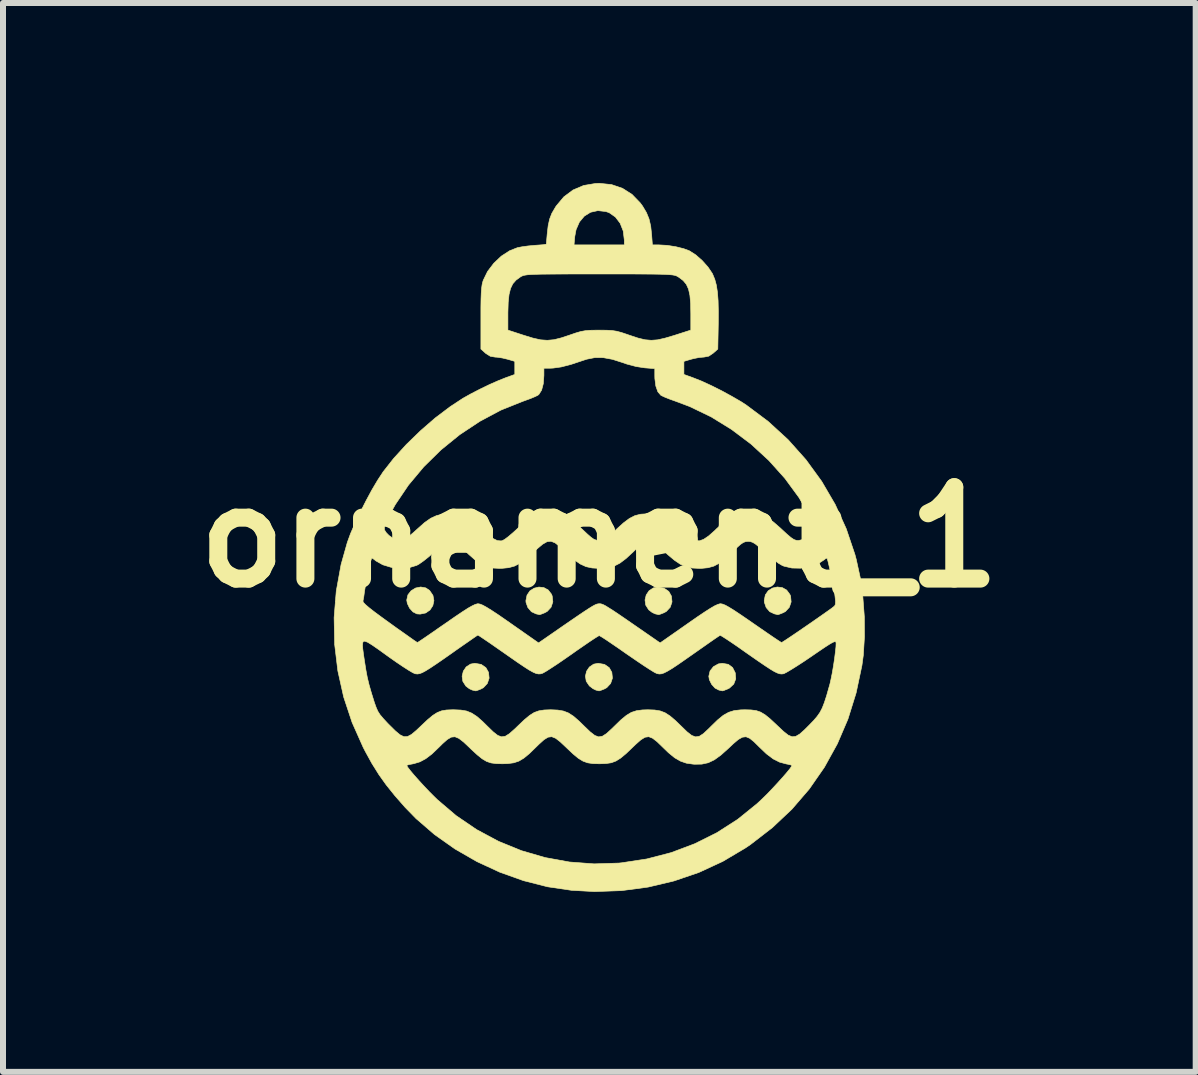
<source format=kicad_pcb>
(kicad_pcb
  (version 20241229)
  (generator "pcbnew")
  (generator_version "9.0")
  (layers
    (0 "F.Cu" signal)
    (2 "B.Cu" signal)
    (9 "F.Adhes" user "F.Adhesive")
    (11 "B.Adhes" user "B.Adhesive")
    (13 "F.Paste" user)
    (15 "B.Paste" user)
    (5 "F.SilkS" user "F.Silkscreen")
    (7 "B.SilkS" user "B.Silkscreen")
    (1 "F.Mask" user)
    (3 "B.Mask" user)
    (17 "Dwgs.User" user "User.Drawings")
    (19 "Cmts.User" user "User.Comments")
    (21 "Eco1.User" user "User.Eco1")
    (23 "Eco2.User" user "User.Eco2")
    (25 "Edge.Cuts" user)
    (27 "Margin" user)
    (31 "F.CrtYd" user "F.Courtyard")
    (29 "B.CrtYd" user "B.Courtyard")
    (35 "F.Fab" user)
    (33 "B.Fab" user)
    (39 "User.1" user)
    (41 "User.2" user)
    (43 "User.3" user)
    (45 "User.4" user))
  (footprint "ornament_1"
    (layer "F.Cu")
    (at 6.938 5.903)
    (property "Reference" "ornament_1" (at 0 0 0) (layer "F.SilkS") (effects (font (size 1.524 1.524) (thickness 0.3))))
    (attr through_hole)
    (fp_poly (pts (xy -2.893 0.844) (xy -2.829 0.887) (xy -2.773 0.969) (xy -2.757 1.057) (xy -2.775 1.14) (xy -2.822 1.212) (xy -2.894 1.262) (xy -2.986 1.281) (xy -3.041 1.277) (xy -3.106 1.244) (xy -3.163 1.181) (xy -3.2 1.103) (xy -3.21 1.047) (xy -3.19 0.96) (xy -3.137 0.892) (xy -3.062 0.846) (xy -2.977 0.829) (xy -2.893 0.844)) (stroke (width 0.01) (type solid)) (fill yes) (layer "F.SilkS"))
    (fp_poly (pts (xy 2.149 2.118) (xy 2.22 2.171) (xy 2.265 2.26) (xy 2.273 2.36) (xy 2.24 2.447) (xy 2.169 2.513) (xy 2.135 2.53) (xy 2.082 2.551) (xy 2.052 2.56) (xy 2.05 2.56) (xy 2.025 2.554) (xy 1.992 2.547) (xy 1.928 2.514) (xy 1.871 2.451) (xy 1.833 2.373) (xy 1.824 2.317) (xy 1.845 2.228) (xy 1.902 2.156) (xy 1.983 2.111) (xy 2.048 2.101) (xy 2.149 2.118)) (stroke (width 0.01) (type solid)) (fill yes) (layer "F.SilkS"))
    (fp_poly (pts (xy -1.969 2.119) (xy -1.891 2.173) (xy -1.847 2.251) (xy -1.837 2.348) (xy -1.867 2.437) (xy -1.932 2.507) (xy -1.973 2.529) (xy -2.026 2.55) (xy -2.058 2.56) (xy -2.06 2.56) (xy -2.085 2.554) (xy -2.117 2.547) (xy -2.167 2.524) (xy -2.222 2.482) (xy -2.226 2.478) (xy -2.275 2.401) (xy -2.287 2.316) (xy -2.267 2.232) (xy -2.219 2.161) (xy -2.147 2.114) (xy -2.075 2.101) (xy -1.969 2.119)) (stroke (width 0.01) (type solid)) (fill yes) (layer "F.SilkS"))
    (fp_poly (pts (xy -0.925 0.839) (xy -0.852 0.879) (xy -0.798 0.949) (xy -0.786 0.979) (xy -0.775 1.077) (xy -0.805 1.167) (xy -0.869 1.236) (xy -0.911 1.259) (xy -0.964 1.28) (xy -0.995 1.29) (xy -0.998 1.29) (xy -1.023 1.284) (xy -1.055 1.277) (xy -1.132 1.241) (xy -1.191 1.172) (xy -1.222 1.086) (xy -1.224 1.057) (xy -1.205 0.964) (xy -1.157 0.894) (xy -1.087 0.849) (xy -1.007 0.83) (xy -0.925 0.839)) (stroke (width 0.01) (type solid)) (fill yes) (layer "F.SilkS"))
    (fp_poly (pts (xy 0.086 2.119) (xy 0.164 2.173) (xy 0.208 2.251) (xy 0.218 2.348) (xy 0.188 2.437) (xy 0.123 2.507) (xy 0.082 2.529) (xy 0.029 2.55) (xy -0.003 2.56) (xy -0.005 2.56) (xy -0.03 2.554) (xy -0.058 2.547) (xy -0.105 2.524) (xy -0.16 2.482) (xy -0.167 2.476) (xy -0.218 2.401) (xy -0.232 2.316) (xy -0.213 2.233) (xy -0.166 2.163) (xy -0.095 2.115) (xy -0.02 2.101) (xy 0.086 2.119)) (stroke (width 0.01) (type solid)) (fill yes) (layer "F.SilkS"))
    (fp_poly (pts (xy 1.079 0.849) (xy 1.157 0.903) (xy 1.201 0.981) (xy 1.211 1.078) (xy 1.181 1.167) (xy 1.116 1.237) (xy 1.075 1.259) (xy 1.022 1.28) (xy 0.99 1.29) (xy 0.988 1.29) (xy 0.963 1.284) (xy 0.931 1.277) (xy 0.881 1.254) (xy 0.826 1.212) (xy 0.822 1.208) (xy 0.773 1.131) (xy 0.761 1.046) (xy 0.781 0.962) (xy 0.829 0.891) (xy 0.901 0.844) (xy 0.973 0.831) (xy 1.079 0.849)) (stroke (width 0.01) (type solid)) (fill yes) (layer "F.SilkS"))
    (fp_poly (pts (xy 3.048 0.839) (xy 3.121 0.88) (xy 3.175 0.953) (xy 3.187 0.981) (xy 3.196 1.078) (xy 3.166 1.167) (xy 3.102 1.237) (xy 3.061 1.259) (xy 3.008 1.28) (xy 2.976 1.29) (xy 2.974 1.29) (xy 2.949 1.284) (xy 2.917 1.277) (xy 2.839 1.24) (xy 2.78 1.171) (xy 2.75 1.084) (xy 2.748 1.055) (xy 2.766 0.961) (xy 2.815 0.891) (xy 2.885 0.847) (xy 2.966 0.829) (xy 3.048 0.839)) (stroke (width 0.01) (type solid)) (fill yes) (layer "F.SilkS"))
    (fp_poly (pts (xy 0.203 -5.877) (xy 0.385 -5.815) (xy 0.545 -5.713) (xy 0.682 -5.571) (xy 0.72 -5.519) (xy 0.785 -5.41) (xy 0.828 -5.304) (xy 0.856 -5.184) (xy 0.871 -5.042) (xy 0.884 -4.872) (xy 0.99 -4.872) (xy 1.131 -4.864) (xy 1.276 -4.841) (xy 1.408 -4.808) (xy 1.501 -4.773) (xy 1.606 -4.706) (xy 1.714 -4.611) (xy 1.811 -4.502) (xy 1.883 -4.395) (xy 1.889 -4.382) (xy 1.924 -4.297) (xy 1.95 -4.2) (xy 1.968 -4.083) (xy 1.979 -3.941) (xy 1.983 -3.766) (xy 1.982 -3.556) (xy 1.974 -3.136) (xy 1.899 -3.069) (xy 1.824 -3.018) (xy 1.743 -3.002) (xy 1.736 -3.002) (xy 1.66 -2.995) (xy 1.57 -2.977) (xy 1.528 -2.966) (xy 1.409 -2.931) (xy 1.409 -2.713) (xy 1.564 -2.657) (xy 1.703 -2.602) (xy 1.866 -2.527) (xy 2.04 -2.44) (xy 2.21 -2.347) (xy 2.365 -2.257) (xy 2.448 -2.203) (xy 2.813 -1.93) (xy 3.145 -1.626) (xy 3.443 -1.292) (xy 3.705 -0.932) (xy 3.93 -0.547) (xy 4.115 -0.14) (xy 4.259 0.287) (xy 4.281 0.369) (xy 4.347 0.671) (xy 4.391 0.995) (xy 4.416 1.327) (xy 4.418 1.655) (xy 4.399 1.965) (xy 4.376 2.136) (xy 4.279 2.594) (xy 4.143 3.03) (xy 3.966 3.443) (xy 3.751 3.832) (xy 3.499 4.195) (xy 3.209 4.532) (xy 2.882 4.84) (xy 2.52 5.12) (xy 2.433 5.179) (xy 2.057 5.402) (xy 1.659 5.586) (xy 1.243 5.728) (xy 0.813 5.83) (xy 0.371 5.889) (xy -0.079 5.905) (xy -0.462 5.884) (xy -0.863 5.825) (xy -1.264 5.723) (xy -1.659 5.582) (xy -2.041 5.405) (xy -2.406 5.195) (xy -2.746 4.955) (xy -3.055 4.688) (xy -3.237 4.501) (xy -3.408 4.306) (xy -3.551 4.128) (xy -3.675 3.954) (xy -3.769 3.803) (xy -3.21 3.803) (xy -3.194 3.832) (xy -3.152 3.887) (xy -3.089 3.962) (xy -3.011 4.05) (xy -2.924 4.145) (xy -2.834 4.24) (xy -2.745 4.329) (xy -2.701 4.372) (xy -2.386 4.64) (xy -2.045 4.872) (xy -1.681 5.067) (xy -1.299 5.223) (xy -0.904 5.338) (xy -0.498 5.412) (xy -0.087 5.443) (xy 0.325 5.43) (xy 0.373 5.425) (xy 0.792 5.361) (xy 1.199 5.255) (xy 1.589 5.108) (xy 1.96 4.923) (xy 2.306 4.701) (xy 2.625 4.443) (xy 2.707 4.367) (xy 2.792 4.284) (xy 2.881 4.191) (xy 2.97 4.095) (xy 3.053 4.003) (xy 3.124 3.921) (xy 3.177 3.856) (xy 3.206 3.814) (xy 3.21 3.803) (xy 3.189 3.794) (xy 3.138 3.782) (xy 3.115 3.778) (xy 3.004 3.748) (xy 2.897 3.694) (xy 2.784 3.609) (xy 2.665 3.495) (xy 2.576 3.407) (xy 2.505 3.35) (xy 2.444 3.325) (xy 2.384 3.332) (xy 2.316 3.37) (xy 2.231 3.442) (xy 2.151 3.518) (xy 2.026 3.63) (xy 1.917 3.709) (xy 1.814 3.758) (xy 1.708 3.781) (xy 1.589 3.783) (xy 1.561 3.781) (xy 1.45 3.765) (xy 1.352 3.731) (xy 1.255 3.675) (xy 1.151 3.59) (xy 1.057 3.499) (xy 0.962 3.407) (xy 0.887 3.349) (xy 0.823 3.324) (xy 0.761 3.333) (xy 0.691 3.376) (xy 0.604 3.453) (xy 0.552 3.503) (xy 0.443 3.607) (xy 0.355 3.68) (xy 0.277 3.729) (xy 0.2 3.758) (xy 0.113 3.771) (xy 0.007 3.775) (xy 0 3.775) (xy -0.108 3.772) (xy -0.196 3.759) (xy -0.273 3.731) (xy -0.351 3.683) (xy -0.438 3.611) (xy -0.545 3.51) (xy -0.552 3.503) (xy -0.651 3.41) (xy -0.728 3.35) (xy -0.793 3.324) (xy -0.855 3.332) (xy -0.923 3.374) (xy -1.007 3.45) (xy -1.057 3.499) (xy -1.167 3.606) (xy -1.258 3.681) (xy -1.342 3.731) (xy -1.427 3.759) (xy -1.525 3.772) (xy -1.616 3.775) (xy -1.721 3.772) (xy -1.805 3.761) (xy -1.879 3.736) (xy -1.953 3.692) (xy -2.036 3.625) (xy -2.138 3.531) (xy -2.162 3.507) (xy -2.262 3.413) (xy -2.341 3.352) (xy -2.406 3.325) (xy -2.467 3.331) (xy -2.534 3.37) (xy -2.615 3.442) (xy -2.671 3.498) (xy -2.79 3.612) (xy -2.894 3.691) (xy -2.991 3.743) (xy -3.091 3.773) (xy -3.115 3.778) (xy -3.174 3.789) (xy -3.207 3.8) (xy -3.21 3.803) (xy -3.769 3.803) (xy -3.789 3.772) (xy -3.9 3.57) (xy -3.936 3.5) (xy -4.12 3.087) (xy -4.261 2.662) (xy -4.358 2.227) (xy -4.411 1.786) (xy -4.411 1.784) (xy -3.948 1.784) (xy -3.943 1.857) (xy -3.929 1.962) (xy -3.914 2.062) (xy -3.891 2.209) (xy -3.867 2.337) (xy -3.837 2.461) (xy -3.798 2.596) (xy -3.749 2.754) (xy -3.72 2.835) (xy -3.692 2.899) (xy -3.655 2.957) (xy -3.601 3.021) (xy -3.525 3.103) (xy -3.499 3.129) (xy -3.399 3.228) (xy -3.322 3.292) (xy -3.257 3.324) (xy -3.196 3.321) (xy -3.13 3.286) (xy -3.048 3.217) (xy -2.97 3.143) (xy -2.863 3.042) (xy -2.777 2.97) (xy -2.702 2.922) (xy -2.629 2.893) (xy -2.548 2.879) (xy -2.448 2.875) (xy -2.425 2.875) (xy -2.308 2.88) (xy -2.213 2.896) (xy -2.127 2.931) (xy -2.041 2.987) (xy -1.945 3.071) (xy -1.863 3.152) (xy -1.768 3.244) (xy -1.694 3.302) (xy -1.631 3.326) (xy -1.568 3.317) (xy -1.499 3.274) (xy -1.411 3.196) (xy -1.36 3.147) (xy -1.252 3.044) (xy -1.163 2.97) (xy -1.086 2.921) (xy -1.008 2.893) (xy -0.921 2.879) (xy -0.815 2.875) (xy -0.808 2.875) (xy -0.694 2.88) (xy -0.6 2.896) (xy -0.516 2.928) (xy -0.431 2.983) (xy -0.337 3.065) (xy -0.249 3.151) (xy -0.152 3.244) (xy -0.076 3.303) (xy -0.012 3.327) (xy 0.051 3.316) (xy 0.121 3.271) (xy 0.209 3.19) (xy 0.249 3.151) (xy 0.359 3.044) (xy 0.45 2.969) (xy 0.533 2.919) (xy 0.619 2.891) (xy 0.716 2.878) (xy 0.808 2.875) (xy 0.921 2.879) (xy 1.013 2.894) (xy 1.095 2.925) (xy 1.177 2.978) (xy 1.269 3.056) (xy 1.365 3.149) (xy 1.462 3.243) (xy 1.539 3.303) (xy 1.604 3.327) (xy 1.666 3.317) (xy 1.734 3.273) (xy 1.819 3.194) (xy 1.859 3.154) (xy 1.971 3.045) (xy 2.065 2.968) (xy 2.154 2.918) (xy 2.246 2.889) (xy 2.353 2.877) (xy 2.425 2.875) (xy 2.529 2.878) (xy 2.614 2.889) (xy 2.687 2.914) (xy 2.761 2.958) (xy 2.844 3.025) (xy 2.946 3.12) (xy 2.97 3.143) (xy 3.069 3.236) (xy 3.146 3.297) (xy 3.211 3.325) (xy 3.272 3.319) (xy 3.339 3.28) (xy 3.42 3.208) (xy 3.499 3.129) (xy 3.573 3.052) (xy 3.631 2.984) (xy 3.677 2.918) (xy 3.715 2.845) (xy 3.75 2.755) (xy 3.787 2.641) (xy 3.829 2.493) (xy 3.842 2.448) (xy 3.86 2.368) (xy 3.881 2.264) (xy 3.901 2.147) (xy 3.919 2.028) (xy 3.933 1.917) (xy 3.943 1.826) (xy 3.945 1.766) (xy 3.944 1.755) (xy 3.938 1.742) (xy 3.921 1.74) (xy 3.889 1.752) (xy 3.837 1.782) (xy 3.762 1.83) (xy 3.657 1.901) (xy 3.536 1.984) (xy 3.412 2.068) (xy 3.298 2.142) (xy 3.199 2.204) (xy 3.123 2.249) (xy 3.076 2.273) (xy 3.07 2.275) (xy 3.039 2.279) (xy 3.007 2.276) (xy 2.967 2.263) (xy 2.915 2.238) (xy 2.847 2.197) (xy 2.757 2.138) (xy 2.641 2.059) (xy 2.493 1.956) (xy 2.437 1.917) (xy 2.317 1.832) (xy 2.209 1.758) (xy 2.119 1.698) (xy 2.053 1.656) (xy 2.017 1.635) (xy 2.012 1.634) (xy 1.99 1.648) (xy 1.935 1.685) (xy 1.854 1.741) (xy 1.753 1.812) (xy 1.636 1.894) (xy 1.586 1.929) (xy 1.429 2.039) (xy 1.305 2.125) (xy 1.208 2.189) (xy 1.134 2.233) (xy 1.077 2.262) (xy 1.034 2.276) (xy 0.998 2.279) (xy 0.966 2.273) (xy 0.951 2.268) (xy 0.912 2.248) (xy 0.842 2.205) (xy 0.748 2.144) (xy 0.635 2.068) (xy 0.511 1.983) (xy 0.451 1.942) (xy 0.327 1.855) (xy 0.214 1.778) (xy 0.12 1.714) (xy 0.049 1.668) (xy 0.006 1.643) (xy -0.002 1.639) (xy -0.027 1.652) (xy -0.084 1.688) (xy -0.167 1.743) (xy -0.27 1.814) (xy -0.389 1.896) (xy -0.452 1.941) (xy -0.58 2.03) (xy -0.698 2.111) (xy -0.802 2.179) (xy -0.883 2.231) (xy -0.937 2.262) (xy -0.95 2.268) (xy -0.983 2.277) (xy -1.016 2.278) (xy -1.055 2.27) (xy -1.104 2.249) (xy -1.169 2.213) (xy -1.253 2.159) (xy -1.363 2.085) (xy -1.502 1.988) (xy -1.595 1.923) (xy -1.717 1.838) (xy -1.826 1.762) (xy -1.916 1.701) (xy -1.983 1.656) (xy -2.019 1.633) (xy -2.025 1.631) (xy -2.046 1.644) (xy -2.1 1.681) (xy -2.179 1.736) (xy -2.28 1.806) (xy -2.396 1.887) (xy -2.442 1.92) (xy -2.599 2.03) (xy -2.724 2.116) (xy -2.822 2.181) (xy -2.896 2.227) (xy -2.952 2.257) (xy -2.995 2.273) (xy -3.03 2.279) (xy -3.061 2.276) (xy -3.072 2.274) (xy -3.11 2.257) (xy -3.179 2.216) (xy -3.271 2.157) (xy -3.381 2.083) (xy -3.502 1.998) (xy -3.537 1.973) (xy -3.678 1.871) (xy -3.785 1.797) (xy -3.861 1.75) (xy -3.911 1.731) (xy -3.938 1.742) (xy -3.948 1.784) (xy -4.411 1.784) (xy -4.42 1.341) (xy -4.398 1.065) (xy -3.94 1.065) (xy -3.931 1.087) (xy -3.897 1.123) (xy -3.834 1.177) (xy -3.739 1.251) (xy -3.61 1.346) (xy -3.495 1.429) (xy -3.369 1.52) (xy -3.255 1.6) (xy -3.159 1.668) (xy -3.087 1.719) (xy -3.043 1.748) (xy -3.032 1.755) (xy -3.011 1.742) (xy -2.958 1.707) (xy -2.877 1.652) (xy -2.774 1.581) (xy -2.655 1.498) (xy -2.559 1.432) (xy -2.405 1.325) (xy -2.283 1.243) (xy -2.19 1.183) (xy -2.119 1.143) (xy -2.068 1.119) (xy -2.031 1.109) (xy -2.021 1.108) (xy -1.988 1.114) (xy -1.943 1.132) (xy -1.881 1.166) (xy -1.797 1.218) (xy -1.686 1.291) (xy -1.546 1.388) (xy -1.479 1.435) (xy -1.013 1.761) (xy -0.783 1.602) (xy -0.6 1.475) (xy -0.45 1.372) (xy -0.33 1.29) (xy -0.236 1.227) (xy -0.165 1.181) (xy -0.111 1.148) (xy -0.072 1.127) (xy -0.044 1.115) (xy -0.022 1.11) (xy -0.002 1.108) (xy 0 1.108) (xy 0.02 1.109) (xy 0.041 1.114) (xy 0.069 1.125) (xy 0.107 1.145) (xy 0.158 1.177) (xy 0.228 1.221) (xy 0.319 1.282) (xy 0.436 1.362) (xy 0.582 1.463) (xy 0.763 1.588) (xy 0.783 1.602) (xy 1.013 1.761) (xy 1.479 1.435) (xy 1.634 1.327) (xy 1.756 1.245) (xy 1.85 1.185) (xy 1.92 1.144) (xy 1.972 1.12) (xy 2.009 1.109) (xy 2.021 1.108) (xy 2.053 1.114) (xy 2.099 1.132) (xy 2.162 1.167) (xy 2.246 1.219) (xy 2.357 1.293) (xy 2.499 1.39) (xy 2.559 1.432) (xy 2.688 1.521) (xy 2.804 1.601) (xy 2.902 1.668) (xy 2.977 1.718) (xy 3.024 1.748) (xy 3.037 1.755) (xy 3.059 1.742) (xy 3.112 1.708) (xy 3.19 1.656) (xy 3.286 1.591) (xy 3.394 1.517) (xy 3.506 1.44) (xy 3.617 1.363) (xy 3.72 1.291) (xy 3.808 1.229) (xy 3.875 1.181) (xy 3.913 1.151) (xy 3.919 1.147) (xy 3.933 1.119) (xy 3.936 1.067) (xy 3.927 0.982) (xy 3.924 0.958) (xy 3.911 0.882) (xy 3.893 0.786) (xy 3.872 0.68) (xy 3.85 0.573) (xy 3.828 0.477) (xy 3.81 0.401) (xy 3.797 0.356) (xy 3.794 0.348) (xy 3.774 0.354) (xy 3.746 0.376) (xy 3.639 0.446) (xy 3.505 0.493) (xy 3.357 0.516) (xy 3.209 0.513) (xy 3.076 0.482) (xy 3.047 0.47) (xy 2.986 0.434) (xy 2.904 0.374) (xy 2.814 0.301) (xy 2.753 0.246) (xy 2.667 0.167) (xy 2.604 0.115) (xy 2.557 0.086) (xy 2.516 0.072) (xy 2.48 0.069) (xy 2.438 0.073) (xy 2.398 0.088) (xy 2.351 0.12) (xy 2.289 0.176) (xy 2.22 0.243) (xy 2.102 0.353) (xy 2.002 0.431) (xy 1.908 0.481) (xy 1.811 0.508) (xy 1.701 0.519) (xy 1.663 0.519) (xy 1.545 0.513) (xy 1.444 0.491) (xy 1.35 0.45) (xy 1.251 0.383) (xy 1.137 0.287) (xy 1.094 0.246) (xy 0.991 0.153) (xy 0.91 0.093) (xy 0.842 0.067) (xy 0.777 0.074) (xy 0.706 0.115) (xy 0.62 0.19) (xy 0.562 0.246) (xy 0.444 0.355) (xy 0.342 0.432) (xy 0.246 0.481) (xy 0.146 0.508) (xy 0.032 0.518) (xy 0 0.519) (xy -0.12 0.512) (xy -0.222 0.49) (xy -0.318 0.446) (xy -0.417 0.377) (xy -0.531 0.276) (xy -0.562 0.246) (xy -0.661 0.153) (xy -0.739 0.093) (xy -0.806 0.067) (xy -0.871 0.074) (xy -0.944 0.115) (xy -1.033 0.19) (xy -1.094 0.246) (xy -1.214 0.354) (xy -1.317 0.43) (xy -1.412 0.48) (xy -1.51 0.507) (xy -1.62 0.518) (xy -1.663 0.519) (xy -1.779 0.513) (xy -1.879 0.491) (xy -1.972 0.449) (xy -2.069 0.38) (xy -2.181 0.281) (xy -2.22 0.243) (xy -2.301 0.165) (xy -2.359 0.114) (xy -2.404 0.085) (xy -2.443 0.072) (xy -2.482 0.069) (xy -2.525 0.073) (xy -2.565 0.087) (xy -2.612 0.118) (xy -2.674 0.17) (xy -2.753 0.245) (xy -2.84 0.323) (xy -2.929 0.394) (xy -3.006 0.448) (xy -3.044 0.469) (xy -3.174 0.508) (xy -3.32 0.518) (xy -3.47 0.501) (xy -3.609 0.459) (xy -3.724 0.394) (xy -3.746 0.376) (xy -3.78 0.351) (xy -3.794 0.348) (xy -3.804 0.377) (xy -3.82 0.441) (xy -3.84 0.527) (xy -3.861 0.627) (xy -3.882 0.728) (xy -3.9 0.82) (xy -3.912 0.892) (xy -3.915 0.912) (xy -3.925 0.987) (xy -3.936 1.047) (xy -3.94 1.065) (xy -4.398 1.065) (xy -4.384 0.896) (xy -4.304 0.455) (xy -4.2 0.086) (xy -4.147 -0.059) (xy -4.099 -0.17) (xy -3.583 -0.17) (xy -3.58 -0.121) (xy -3.551 -0.076) (xy -3.506 -0.03) (xy -3.416 0.033) (xy -3.326 0.058) (xy -3.28 0.055) (xy -3.241 0.035) (xy -3.179 -0.011) (xy -3.102 -0.075) (xy -3.033 -0.137) (xy -2.914 -0.243) (xy -2.81 -0.316) (xy -2.71 -0.362) (xy -2.602 -0.386) (xy -2.475 -0.392) (xy -2.472 -0.392) (xy -2.33 -0.378) (xy -2.202 -0.334) (xy -2.078 -0.255) (xy -1.951 -0.139) (xy -1.85 -0.041) (xy -1.768 0.023) (xy -1.7 0.056) (xy -1.639 0.061) (xy -1.62 0.058) (xy -1.578 0.036) (xy -1.514 -0.012) (xy -1.438 -0.077) (xy -1.385 -0.125) (xy -1.279 -0.225) (xy -1.191 -0.295) (xy -1.111 -0.341) (xy -1.028 -0.369) (xy -0.93 -0.383) (xy -0.871 -0.388) (xy -0.748 -0.39) (xy -0.646 -0.376) (xy -0.552 -0.342) (xy -0.458 -0.284) (xy -0.353 -0.196) (xy -0.284 -0.132) (xy -0.199 -0.052) (xy -0.138 0.001) (xy -0.092 0.033) (xy -0.053 0.048) (xy -0.012 0.052) (xy 0 0.052) (xy 0.043 0.05) (xy 0.082 0.038) (xy 0.126 0.011) (xy 0.182 -0.036) (xy 0.26 -0.109) (xy 0.284 -0.132) (xy 0.401 -0.238) (xy 0.501 -0.313) (xy 0.593 -0.36) (xy 0.689 -0.384) (xy 0.8 -0.391) (xy 0.871 -0.388) (xy 0.98 -0.378) (xy 1.069 -0.357) (xy 1.149 -0.322) (xy 1.232 -0.265) (xy 1.328 -0.181) (xy 1.385 -0.126) (xy 1.463 -0.055) (xy 1.533 0.005) (xy 1.586 0.044) (xy 1.608 0.056) (xy 1.668 0.06) (xy 1.738 0.035) (xy 1.821 -0.021) (xy 1.924 -0.112) (xy 1.951 -0.139) (xy 2.072 -0.248) (xy 2.18 -0.323) (xy 2.286 -0.368) (xy 2.4 -0.389) (xy 2.472 -0.392) (xy 2.597 -0.386) (xy 2.703 -0.364) (xy 2.801 -0.321) (xy 2.903 -0.252) (xy 3.019 -0.151) (xy 3.04 -0.131) (xy 3.129 -0.049) (xy 3.194 0.006) (xy 3.242 0.038) (xy 3.282 0.052) (xy 3.316 0.055) (xy 3.41 0.033) (xy 3.502 -0.029) (xy 3.562 -0.096) (xy 3.583 -0.126) (xy 3.591 -0.153) (xy 3.585 -0.189) (xy 3.561 -0.243) (xy 3.52 -0.326) (xy 3.327 -0.661) (xy 3.093 -0.98) (xy 2.825 -1.279) (xy 2.528 -1.552) (xy 2.205 -1.795) (xy 1.863 -2.006) (xy 1.506 -2.178) (xy 1.275 -2.265) (xy 1.18 -2.299) (xy 1.096 -2.332) (xy 1.038 -2.359) (xy 1.025 -2.366) (xy 0.975 -2.424) (xy 0.941 -2.52) (xy 0.925 -2.646) (xy 0.924 -2.693) (xy 0.924 -2.81) (xy 0.756 -2.823) (xy 0.613 -2.845) (xy 0.455 -2.887) (xy 0.393 -2.909) (xy 0.217 -2.965) (xy 0.065 -2.993) (xy -0.073 -2.994) (xy -0.21 -2.967) (xy -0.277 -2.945) (xy -0.473 -2.88) (xy -0.635 -2.838) (xy -0.77 -2.819) (xy -0.814 -2.817) (xy -0.924 -2.817) (xy -0.924 -2.696) (xy -0.934 -2.559) (xy -0.962 -2.452) (xy -1.007 -2.381) (xy -1.025 -2.366) (xy -1.07 -2.344) (xy -1.146 -2.312) (xy -1.239 -2.278) (xy -1.278 -2.264) (xy -1.64 -2.119) (xy -1.991 -1.932) (xy -2.326 -1.71) (xy -2.639 -1.456) (xy -2.926 -1.174) (xy -3.181 -0.869) (xy -3.4 -0.545) (xy -3.519 -0.329) (xy -3.563 -0.235) (xy -3.583 -0.17) (xy -4.099 -0.17) (xy -4.073 -0.23) (xy -3.985 -0.416) (xy -3.889 -0.606) (xy -3.791 -0.788) (xy -3.695 -0.95) (xy -3.609 -1.081) (xy -3.608 -1.084) (xy -3.429 -1.312) (xy -3.217 -1.545) (xy -2.982 -1.773) (xy -2.736 -1.987) (xy -2.487 -2.175) (xy -2.274 -2.315) (xy -2.144 -2.388) (xy -1.991 -2.467) (xy -1.832 -2.544) (xy -1.682 -2.61) (xy -1.559 -2.659) (xy -1.409 -2.713) (xy -1.409 -2.931) (xy -1.528 -2.966) (xy -1.616 -2.987) (xy -1.702 -3) (xy -1.736 -3.002) (xy -1.817 -3.016) (xy -1.892 -3.063) (xy -1.899 -3.069) (xy -1.974 -3.137) (xy -1.974 -3.652) (xy -1.974 -3.711) (xy -1.524 -3.711) (xy -1.524 -3.452) (xy -1.264 -3.367) (xy -1.108 -3.319) (xy -0.98 -3.29) (xy -0.867 -3.282) (xy -0.756 -3.292) (xy -0.633 -3.323) (xy -0.506 -3.365) (xy -0.396 -3.403) (xy -0.311 -3.428) (xy -0.234 -3.442) (xy -0.148 -3.449) (xy -0.038 -3.451) (xy 0 -3.451) (xy 0.121 -3.45) (xy 0.211 -3.445) (xy 0.289 -3.433) (xy 0.371 -3.411) (xy 0.472 -3.377) (xy 0.506 -3.365) (xy 0.645 -3.319) (xy 0.76 -3.291) (xy 0.865 -3.282) (xy 0.972 -3.29) (xy 1.095 -3.318) (xy 1.247 -3.363) (xy 1.253 -3.365) (xy 1.524 -3.452) (xy 1.524 -3.725) (xy 1.521 -3.897) (xy 1.509 -4.032) (xy 1.486 -4.135) (xy 1.45 -4.214) (xy 1.398 -4.277) (xy 1.328 -4.33) (xy 1.314 -4.339) (xy 1.296 -4.35) (xy 1.275 -4.359) (xy 1.249 -4.366) (xy 1.214 -4.372) (xy 1.164 -4.376) (xy 1.097 -4.38) (xy 1.009 -4.383) (xy 0.896 -4.385) (xy 0.753 -4.386) (xy 0.577 -4.387) (xy 0.365 -4.387) (xy 0.112 -4.387) (xy 0 -4.387) (xy -0.27 -4.387) (xy -0.498 -4.387) (xy -0.688 -4.386) (xy -0.843 -4.385) (xy -0.968 -4.384) (xy -1.065 -4.381) (xy -1.14 -4.378) (xy -1.196 -4.374) (xy -1.237 -4.368) (xy -1.266 -4.362) (xy -1.288 -4.353) (xy -1.307 -4.344) (xy -1.314 -4.339) (xy -1.387 -4.286) (xy -1.442 -4.224) (xy -1.48 -4.146) (xy -1.505 -4.045) (xy -1.519 -3.914) (xy -1.524 -3.745) (xy -1.524 -3.711) (xy -1.974 -3.711) (xy -1.974 -3.828) (xy -1.972 -3.965) (xy -1.968 -4.07) (xy -1.962 -4.149) (xy -1.954 -4.209) (xy -1.942 -4.259) (xy -1.934 -4.283) (xy -1.863 -4.429) (xy -1.759 -4.566) (xy -1.633 -4.685) (xy -1.494 -4.775) (xy -1.364 -4.826) (xy -1.29 -4.84) (xy -1.19 -4.854) (xy -1.084 -4.864) (xy -1.072 -4.865) (xy -0.975 -4.872) (xy -0.422 -4.872) (xy 0.416 -4.872) (xy 0.416 -4.954) (xy 0.398 -5.103) (xy 0.347 -5.232) (xy 0.268 -5.336) (xy 0.165 -5.408) (xy 0.108 -5.428) (xy -0.025 -5.443) (xy -0.146 -5.416) (xy -0.25 -5.352) (xy -0.332 -5.254) (xy -0.388 -5.126) (xy -0.41 -5.009) (xy -0.422 -4.872) (xy -0.975 -4.872) (xy -0.884 -4.879) (xy -0.869 -5.052) (xy -0.853 -5.191) (xy -0.829 -5.301) (xy -0.792 -5.397) (xy -0.736 -5.493) (xy -0.72 -5.519) (xy -0.591 -5.673) (xy -0.438 -5.787) (xy -0.262 -5.862) (xy -0.066 -5.895) (xy 0 -5.898) (xy 0.203 -5.877)) (stroke (width 0.01) (type solid)) (fill yes) (layer "F.SilkS")))
  (gr_rect
    (start -3 -3)
    (end 16.876 14.812)
    (stroke (width 0.1) (type default))
    (fill no)
    (layer "Edge.Cuts")))
</source>
